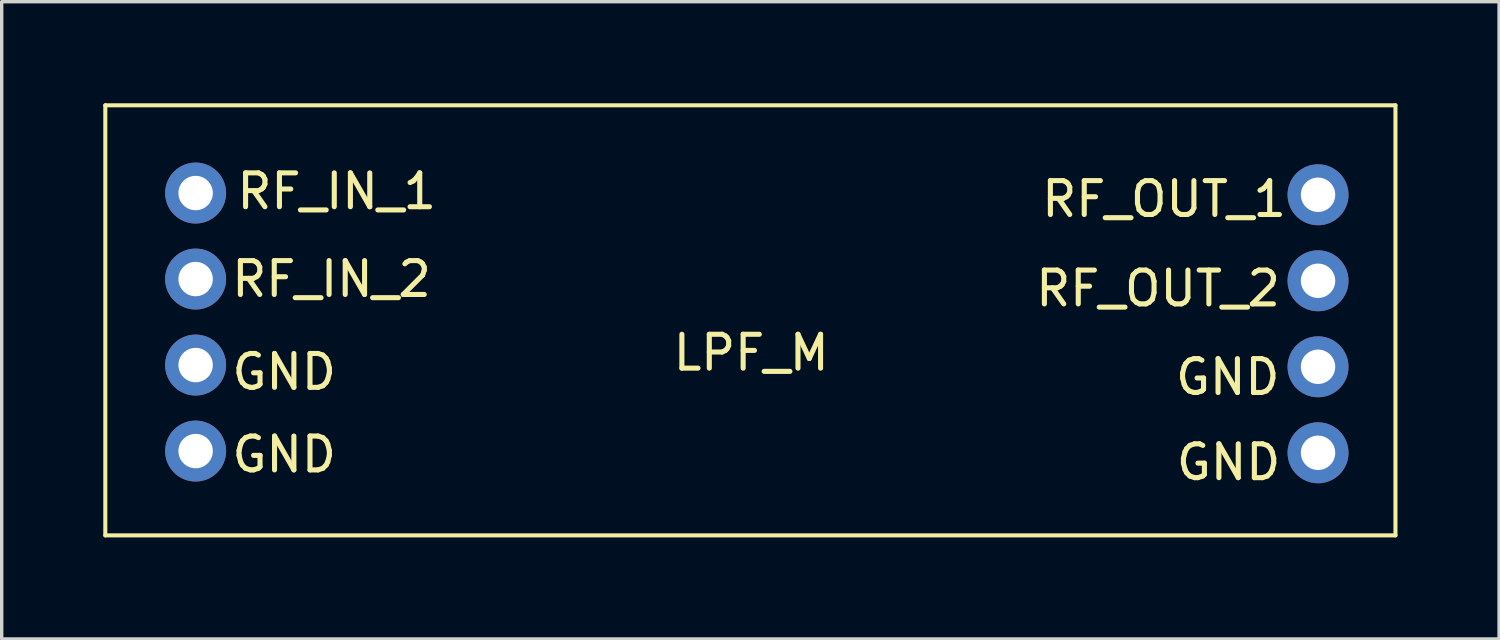
<source format=kicad_pcb>
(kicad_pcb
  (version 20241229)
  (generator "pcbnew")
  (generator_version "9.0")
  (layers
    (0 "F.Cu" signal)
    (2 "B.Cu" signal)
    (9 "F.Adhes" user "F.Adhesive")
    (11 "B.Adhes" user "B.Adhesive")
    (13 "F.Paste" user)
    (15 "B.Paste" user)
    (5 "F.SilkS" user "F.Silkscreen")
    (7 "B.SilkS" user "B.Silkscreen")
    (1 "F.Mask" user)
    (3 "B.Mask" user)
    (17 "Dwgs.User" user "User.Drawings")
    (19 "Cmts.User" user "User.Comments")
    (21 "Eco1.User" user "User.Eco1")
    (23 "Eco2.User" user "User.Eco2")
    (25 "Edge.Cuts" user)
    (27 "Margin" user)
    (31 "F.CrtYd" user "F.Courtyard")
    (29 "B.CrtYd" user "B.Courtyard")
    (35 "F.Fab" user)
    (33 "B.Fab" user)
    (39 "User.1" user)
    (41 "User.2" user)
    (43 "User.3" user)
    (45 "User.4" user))
  (footprint "LPF_M"
    (layer "F.Cu")
    (at 15.3 3.87)
    (property "Reference" "LPF_M" (at 3.835 3.497 0) (layer "F.SilkS") (effects (font (size 1 1) (thickness 0.15))))
    (attr through_hole)
    (fp_line (start -15.24 -3.81) (end -15.24 8.89) (stroke (width 0.12) (type solid)) (layer "F.SilkS"))
    (fp_line (start -15.24 -3.81) (end 22.86 -3.81) (stroke (width 0.12) (type solid)) (layer "F.SilkS"))
    (fp_line (start -15.24 8.89) (end 22.86 8.89) (stroke (width 0.12) (type solid)) (layer "F.SilkS"))
    (fp_line (start 22.86 8.89) (end 22.86 -3.81) (stroke (width 0.12) (type solid)) (layer "F.SilkS"))
    (fp_text user "GND" (at 17.907 4.216 0) (layer "F.SilkS") (effects (font (size 1 1) (thickness 0.15))))
    (fp_text user "RF_IN_2" (at -8.56 1.321 0) (layer "F.SilkS") (effects (font (size 1 1) (thickness 0.15))))
    (fp_text user "GND" (at 17.932 6.731 0) (layer "F.SilkS") (effects (font (size 1 1) (thickness 0.15))))
    (fp_text user "RF_IN_1" (at -8.407 -1.27 0) (layer "F.SilkS") (effects (font (size 1 1) (thickness 0.15))))
    (fp_text user "GND" (at -9.957 6.502 0) (layer "F.SilkS") (effects (font (size 1 1) (thickness 0.15))))
    (fp_text user "RF_OUT_2" (at 15.85 1.6 0) (layer "F.SilkS") (effects (font (size 1 1) (thickness 0.15))))
    (fp_text user "RF_OUT_1" (at 16.027 -1.041 0) (layer "F.SilkS") (effects (font (size 1 1) (thickness 0.15))))
    (fp_text user "GND" (at -9.957 4.064 0) (layer "F.SilkS") (effects (font (size 1 1) (thickness 0.15))))
    (pad "1" thru_hole circle (at -12.573 -1.219) (size 1.8 1.8) (drill 1.016) (layers "*.Cu" "*.Mask"))
    (pad "2" thru_hole circle (at -12.573 1.321) (size 1.8 1.8) (drill 1.016) (layers "*.Cu" "*.Mask"))
    (pad "3" thru_hole circle (at -12.573 3.861) (size 1.8 1.8) (drill 1.016) (layers "*.Cu" "*.Mask"))
    (pad "4" thru_hole circle (at -12.573 6.401) (size 1.8 1.8) (drill 1.016) (layers "*.Cu" "*.Mask"))
    (pad "5" thru_hole circle (at 20.574 -1.168) (size 1.8 1.8) (drill 1.016) (layers "*.Cu" "*.Mask"))
    (pad "6" thru_hole circle (at 20.574 1.372) (size 1.8 1.8) (drill 1.016) (layers "*.Cu" "*.Mask"))
    (pad "7" thru_hole circle (at 20.574 3.912) (size 1.8 1.8) (drill 1.016) (layers "*.Cu" "*.Mask"))
    (pad "8" thru_hole circle (at 20.574 6.452) (size 1.8 1.8) (drill 1.016) (layers "*.Cu" "*.Mask")))
  (gr_rect
    (start -3 -3)
    (end 41.22 15.82)
    (stroke (width 0.1) (type default))
    (fill no)
    (layer "Edge.Cuts")))
</source>
